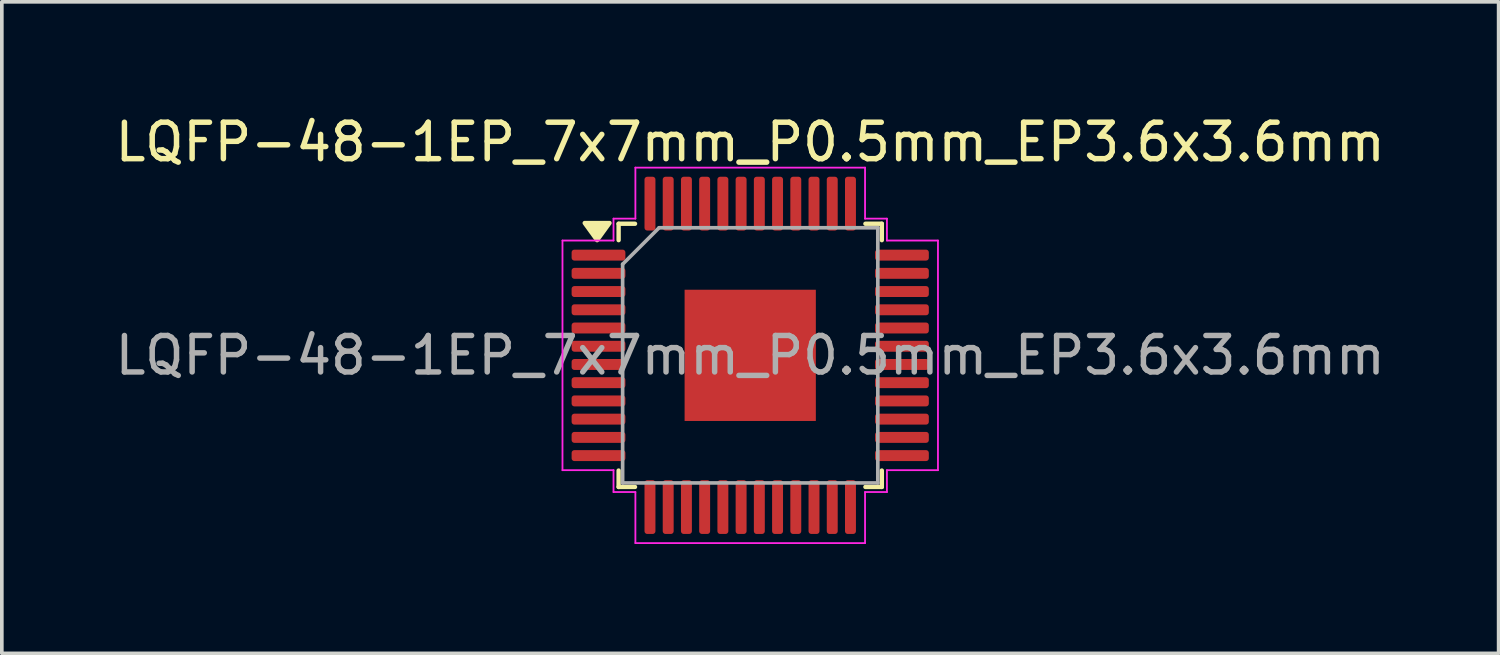
<source format=kicad_pcb>
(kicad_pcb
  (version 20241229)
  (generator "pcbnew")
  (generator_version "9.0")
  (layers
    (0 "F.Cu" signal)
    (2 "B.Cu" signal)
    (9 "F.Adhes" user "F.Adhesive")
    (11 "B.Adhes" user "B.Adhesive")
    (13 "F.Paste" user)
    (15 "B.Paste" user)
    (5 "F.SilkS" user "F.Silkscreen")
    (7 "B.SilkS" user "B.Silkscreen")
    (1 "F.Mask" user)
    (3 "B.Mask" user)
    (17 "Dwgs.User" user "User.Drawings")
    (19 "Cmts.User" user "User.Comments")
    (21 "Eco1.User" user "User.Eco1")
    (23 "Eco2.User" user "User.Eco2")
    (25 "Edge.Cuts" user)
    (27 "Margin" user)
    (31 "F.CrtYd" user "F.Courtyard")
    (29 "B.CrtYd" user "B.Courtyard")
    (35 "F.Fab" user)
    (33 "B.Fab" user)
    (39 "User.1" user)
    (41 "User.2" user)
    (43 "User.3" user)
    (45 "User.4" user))
  (footprint "LQFP-48-1EP_7x7mm_P0.5mm_EP3.6x3.6mm"
    (layer "F.Cu")
    (at 17.53 6.698)
    (property "Reference" "LQFP-48-1EP_7x7mm_P0.5mm_EP3.6x3.6mm" (at 0 -5.85 0) (layer "F.SilkS") (effects (font (size 1 1) (thickness 0.15))))
    (attr smd)
    (fp_line (start -3.61 -3.61) (end -3.61 -3.16) (stroke (width 0.12) (type solid)) (layer "F.SilkS"))
    (fp_line (start -3.61 3.61) (end -3.61 3.16) (stroke (width 0.12) (type solid)) (layer "F.SilkS"))
    (fp_line (start -3.16 -3.61) (end -3.61 -3.61) (stroke (width 0.12) (type solid)) (layer "F.SilkS"))
    (fp_line (start -3.16 3.61) (end -3.61 3.61) (stroke (width 0.12) (type solid)) (layer "F.SilkS"))
    (fp_line (start 3.16 -3.61) (end 3.61 -3.61) (stroke (width 0.12) (type solid)) (layer "F.SilkS"))
    (fp_line (start 3.16 3.61) (end 3.61 3.61) (stroke (width 0.12) (type solid)) (layer "F.SilkS"))
    (fp_line (start 3.61 -3.61) (end 3.61 -3.16) (stroke (width 0.12) (type solid)) (layer "F.SilkS"))
    (fp_line (start 3.61 3.61) (end 3.61 3.16) (stroke (width 0.12) (type solid)) (layer "F.SilkS"))
    (fp_poly (pts (xy -4.2 -3.16) (xy -4.54 -3.63) (xy -3.86 -3.63)) (stroke (width 0.12) (type solid)) (fill yes) (layer "F.SilkS"))
    (fp_line (start -5.15 -3.15) (end -3.75 -3.15) (stroke (width 0.05) (type solid)) (layer "F.CrtYd"))
    (fp_line (start -5.15 3.15) (end -5.15 -3.15) (stroke (width 0.05) (type solid)) (layer "F.CrtYd"))
    (fp_line (start -3.75 -3.75) (end -3.15 -3.75) (stroke (width 0.05) (type solid)) (layer "F.CrtYd"))
    (fp_line (start -3.75 -3.15) (end -3.75 -3.75) (stroke (width 0.05) (type solid)) (layer "F.CrtYd"))
    (fp_line (start -3.75 3.15) (end -5.15 3.15) (stroke (width 0.05) (type solid)) (layer "F.CrtYd"))
    (fp_line (start -3.75 3.75) (end -3.75 3.15) (stroke (width 0.05) (type solid)) (layer "F.CrtYd"))
    (fp_line (start -3.15 -5.15) (end 3.15 -5.15) (stroke (width 0.05) (type solid)) (layer "F.CrtYd"))
    (fp_line (start -3.15 -3.75) (end -3.15 -5.15) (stroke (width 0.05) (type solid)) (layer "F.CrtYd"))
    (fp_line (start -3.15 3.75) (end -3.75 3.75) (stroke (width 0.05) (type solid)) (layer "F.CrtYd"))
    (fp_line (start -3.15 5.15) (end -3.15 3.75) (stroke (width 0.05) (type solid)) (layer "F.CrtYd"))
    (fp_line (start 3.15 -5.15) (end 3.15 -3.75) (stroke (width 0.05) (type solid)) (layer "F.CrtYd"))
    (fp_line (start 3.15 -3.75) (end 3.75 -3.75) (stroke (width 0.05) (type solid)) (layer "F.CrtYd"))
    (fp_line (start 3.15 3.75) (end 3.15 5.15) (stroke (width 0.05) (type solid)) (layer "F.CrtYd"))
    (fp_line (start 3.15 5.15) (end -3.15 5.15) (stroke (width 0.05) (type solid)) (layer "F.CrtYd"))
    (fp_line (start 3.75 -3.75) (end 3.75 -3.15) (stroke (width 0.05) (type solid)) (layer "F.CrtYd"))
    (fp_line (start 3.75 -3.15) (end 5.15 -3.15) (stroke (width 0.05) (type solid)) (layer "F.CrtYd"))
    (fp_line (start 3.75 3.15) (end 3.75 3.75) (stroke (width 0.05) (type solid)) (layer "F.CrtYd"))
    (fp_line (start 3.75 3.75) (end 3.15 3.75) (stroke (width 0.05) (type solid)) (layer "F.CrtYd"))
    (fp_line (start 5.15 -3.15) (end 5.15 3.15) (stroke (width 0.05) (type solid)) (layer "F.CrtYd"))
    (fp_line (start 5.15 3.15) (end 3.75 3.15) (stroke (width 0.05) (type solid)) (layer "F.CrtYd"))
    (fp_line (start -3.5 -2.5) (end -2.5 -3.5) (stroke (width 0.1) (type solid)) (layer "F.Fab"))
    (fp_line (start -3.5 3.5) (end -3.5 -2.5) (stroke (width 0.1) (type solid)) (layer "F.Fab"))
    (fp_line (start -2.5 -3.5) (end 3.5 -3.5) (stroke (width 0.1) (type solid)) (layer "F.Fab"))
    (fp_line (start 3.5 -3.5) (end 3.5 3.5) (stroke (width 0.1) (type solid)) (layer "F.Fab"))
    (fp_line (start 3.5 3.5) (end -3.5 3.5) (stroke (width 0.1) (type solid)) (layer "F.Fab"))
    (fp_text user "${REFERENCE}" (at 0 0 0) (layer "F.Fab") (effects (font (size 1 1) (thickness 0.15))))
    (pad "" smd roundrect (at -1.2 -1.2) (size 0.97 0.97) (layers "F.Paste") (roundrect_rratio 0.25))
    (pad "" smd roundrect (at -1.2 0) (size 0.97 0.97) (layers "F.Paste") (roundrect_rratio 0.25))
    (pad "" smd roundrect (at -1.2 1.2) (size 0.97 0.97) (layers "F.Paste") (roundrect_rratio 0.25))
    (pad "" smd roundrect (at 0 -1.2) (size 0.97 0.97) (layers "F.Paste") (roundrect_rratio 0.25))
    (pad "" smd roundrect (at 0 0) (size 0.97 0.97) (layers "F.Paste") (roundrect_rratio 0.25))
    (pad "" smd roundrect (at 0 1.2) (size 0.97 0.97) (layers "F.Paste") (roundrect_rratio 0.25))
    (pad "" smd roundrect (at 1.2 -1.2) (size 0.97 0.97) (layers "F.Paste") (roundrect_rratio 0.25))
    (pad "" smd roundrect (at 1.2 0) (size 0.97 0.97) (layers "F.Paste") (roundrect_rratio 0.25))
    (pad "" smd roundrect (at 1.2 1.2) (size 0.97 0.97) (layers "F.Paste") (roundrect_rratio 0.25))
    (pad "1" smd roundrect (at -4.162 -2.75) (size 1.475 0.3) (layers "F.Cu" "F.Mask" "F.Paste") (roundrect_rratio 0.25))
    (pad "2" smd roundrect (at -4.162 -2.25) (size 1.475 0.3) (layers "F.Cu" "F.Mask" "F.Paste") (roundrect_rratio 0.25))
    (pad "3" smd roundrect (at -4.162 -1.75) (size 1.475 0.3) (layers "F.Cu" "F.Mask" "F.Paste") (roundrect_rratio 0.25))
    (pad "4" smd roundrect (at -4.162 -1.25) (size 1.475 0.3) (layers "F.Cu" "F.Mask" "F.Paste") (roundrect_rratio 0.25))
    (pad "5" smd roundrect (at -4.162 -0.75) (size 1.475 0.3) (layers "F.Cu" "F.Mask" "F.Paste") (roundrect_rratio 0.25))
    (pad "6" smd roundrect (at -4.162 -0.25) (size 1.475 0.3) (layers "F.Cu" "F.Mask" "F.Paste") (roundrect_rratio 0.25))
    (pad "7" smd roundrect (at -4.162 0.25) (size 1.475 0.3) (layers "F.Cu" "F.Mask" "F.Paste") (roundrect_rratio 0.25))
    (pad "8" smd roundrect (at -4.162 0.75) (size 1.475 0.3) (layers "F.Cu" "F.Mask" "F.Paste") (roundrect_rratio 0.25))
    (pad "9" smd roundrect (at -4.162 1.25) (size 1.475 0.3) (layers "F.Cu" "F.Mask" "F.Paste") (roundrect_rratio 0.25))
    (pad "10" smd roundrect (at -4.162 1.75) (size 1.475 0.3) (layers "F.Cu" "F.Mask" "F.Paste") (roundrect_rratio 0.25))
    (pad "11" smd roundrect (at -4.162 2.25) (size 1.475 0.3) (layers "F.Cu" "F.Mask" "F.Paste") (roundrect_rratio 0.25))
    (pad "12" smd roundrect (at -4.162 2.75) (size 1.475 0.3) (layers "F.Cu" "F.Mask" "F.Paste") (roundrect_rratio 0.25))
    (pad "13" smd roundrect (at -2.75 4.162) (size 0.3 1.475) (layers "F.Cu" "F.Mask" "F.Paste") (roundrect_rratio 0.25))
    (pad "14" smd roundrect (at -2.25 4.162) (size 0.3 1.475) (layers "F.Cu" "F.Mask" "F.Paste") (roundrect_rratio 0.25))
    (pad "15" smd roundrect (at -1.75 4.162) (size 0.3 1.475) (layers "F.Cu" "F.Mask" "F.Paste") (roundrect_rratio 0.25))
    (pad "16" smd roundrect (at -1.25 4.162) (size 0.3 1.475) (layers "F.Cu" "F.Mask" "F.Paste") (roundrect_rratio 0.25))
    (pad "17" smd roundrect (at -0.75 4.162) (size 0.3 1.475) (layers "F.Cu" "F.Mask" "F.Paste") (roundrect_rratio 0.25))
    (pad "18" smd roundrect (at -0.25 4.162) (size 0.3 1.475) (layers "F.Cu" "F.Mask" "F.Paste") (roundrect_rratio 0.25))
    (pad "19" smd roundrect (at 0.25 4.162) (size 0.3 1.475) (layers "F.Cu" "F.Mask" "F.Paste") (roundrect_rratio 0.25))
    (pad "20" smd roundrect (at 0.75 4.162) (size 0.3 1.475) (layers "F.Cu" "F.Mask" "F.Paste") (roundrect_rratio 0.25))
    (pad "21" smd roundrect (at 1.25 4.162) (size 0.3 1.475) (layers "F.Cu" "F.Mask" "F.Paste") (roundrect_rratio 0.25))
    (pad "22" smd roundrect (at 1.75 4.162) (size 0.3 1.475) (layers "F.Cu" "F.Mask" "F.Paste") (roundrect_rratio 0.25))
    (pad "23" smd roundrect (at 2.25 4.162) (size 0.3 1.475) (layers "F.Cu" "F.Mask" "F.Paste") (roundrect_rratio 0.25))
    (pad "24" smd roundrect (at 2.75 4.162) (size 0.3 1.475) (layers "F.Cu" "F.Mask" "F.Paste") (roundrect_rratio 0.25))
    (pad "25" smd roundrect (at 4.162 2.75) (size 1.475 0.3) (layers "F.Cu" "F.Mask" "F.Paste") (roundrect_rratio 0.25))
    (pad "26" smd roundrect (at 4.162 2.25) (size 1.475 0.3) (layers "F.Cu" "F.Mask" "F.Paste") (roundrect_rratio 0.25))
    (pad "27" smd roundrect (at 4.162 1.75) (size 1.475 0.3) (layers "F.Cu" "F.Mask" "F.Paste") (roundrect_rratio 0.25))
    (pad "28" smd roundrect (at 4.162 1.25) (size 1.475 0.3) (layers "F.Cu" "F.Mask" "F.Paste") (roundrect_rratio 0.25))
    (pad "29" smd roundrect (at 4.162 0.75) (size 1.475 0.3) (layers "F.Cu" "F.Mask" "F.Paste") (roundrect_rratio 0.25))
    (pad "30" smd roundrect (at 4.162 0.25) (size 1.475 0.3) (layers "F.Cu" "F.Mask" "F.Paste") (roundrect_rratio 0.25))
    (pad "31" smd roundrect (at 4.162 -0.25) (size 1.475 0.3) (layers "F.Cu" "F.Mask" "F.Paste") (roundrect_rratio 0.25))
    (pad "32" smd roundrect (at 4.162 -0.75) (size 1.475 0.3) (layers "F.Cu" "F.Mask" "F.Paste") (roundrect_rratio 0.25))
    (pad "33" smd roundrect (at 4.162 -1.25) (size 1.475 0.3) (layers "F.Cu" "F.Mask" "F.Paste") (roundrect_rratio 0.25))
    (pad "34" smd roundrect (at 4.162 -1.75) (size 1.475 0.3) (layers "F.Cu" "F.Mask" "F.Paste") (roundrect_rratio 0.25))
    (pad "35" smd roundrect (at 4.162 -2.25) (size 1.475 0.3) (layers "F.Cu" "F.Mask" "F.Paste") (roundrect_rratio 0.25))
    (pad "36" smd roundrect (at 4.162 -2.75) (size 1.475 0.3) (layers "F.Cu" "F.Mask" "F.Paste") (roundrect_rratio 0.25))
    (pad "37" smd roundrect (at 2.75 -4.162) (size 0.3 1.475) (layers "F.Cu" "F.Mask" "F.Paste") (roundrect_rratio 0.25))
    (pad "38" smd roundrect (at 2.25 -4.162) (size 0.3 1.475) (layers "F.Cu" "F.Mask" "F.Paste") (roundrect_rratio 0.25))
    (pad "39" smd roundrect (at 1.75 -4.162) (size 0.3 1.475) (layers "F.Cu" "F.Mask" "F.Paste") (roundrect_rratio 0.25))
    (pad "40" smd roundrect (at 1.25 -4.162) (size 0.3 1.475) (layers "F.Cu" "F.Mask" "F.Paste") (roundrect_rratio 0.25))
    (pad "41" smd roundrect (at 0.75 -4.162) (size 0.3 1.475) (layers "F.Cu" "F.Mask" "F.Paste") (roundrect_rratio 0.25))
    (pad "42" smd roundrect (at 0.25 -4.162) (size 0.3 1.475) (layers "F.Cu" "F.Mask" "F.Paste") (roundrect_rratio 0.25))
    (pad "43" smd roundrect (at -0.25 -4.162) (size 0.3 1.475) (layers "F.Cu" "F.Mask" "F.Paste") (roundrect_rratio 0.25))
    (pad "44" smd roundrect (at -0.75 -4.162) (size 0.3 1.475) (layers "F.Cu" "F.Mask" "F.Paste") (roundrect_rratio 0.25))
    (pad "45" smd roundrect (at -1.25 -4.162) (size 0.3 1.475) (layers "F.Cu" "F.Mask" "F.Paste") (roundrect_rratio 0.25))
    (pad "46" smd roundrect (at -1.75 -4.162) (size 0.3 1.475) (layers "F.Cu" "F.Mask" "F.Paste") (roundrect_rratio 0.25))
    (pad "47" smd roundrect (at -2.25 -4.162) (size 0.3 1.475) (layers "F.Cu" "F.Mask" "F.Paste") (roundrect_rratio 0.25))
    (pad "48" smd roundrect (at -2.75 -4.162) (size 0.3 1.475) (layers "F.Cu" "F.Mask" "F.Paste") (roundrect_rratio 0.25))
    (pad "49" smd rect (at 0 0) (size 3.6 3.6) (property pad_prop_heatsink) (layers "F.Cu" "F.Mask")))
  (gr_rect
    (start -3 -3)
    (end 38.06 14.873)
    (stroke (width 0.1) (type default))
    (fill no)
    (layer "Edge.Cuts")))
</source>
